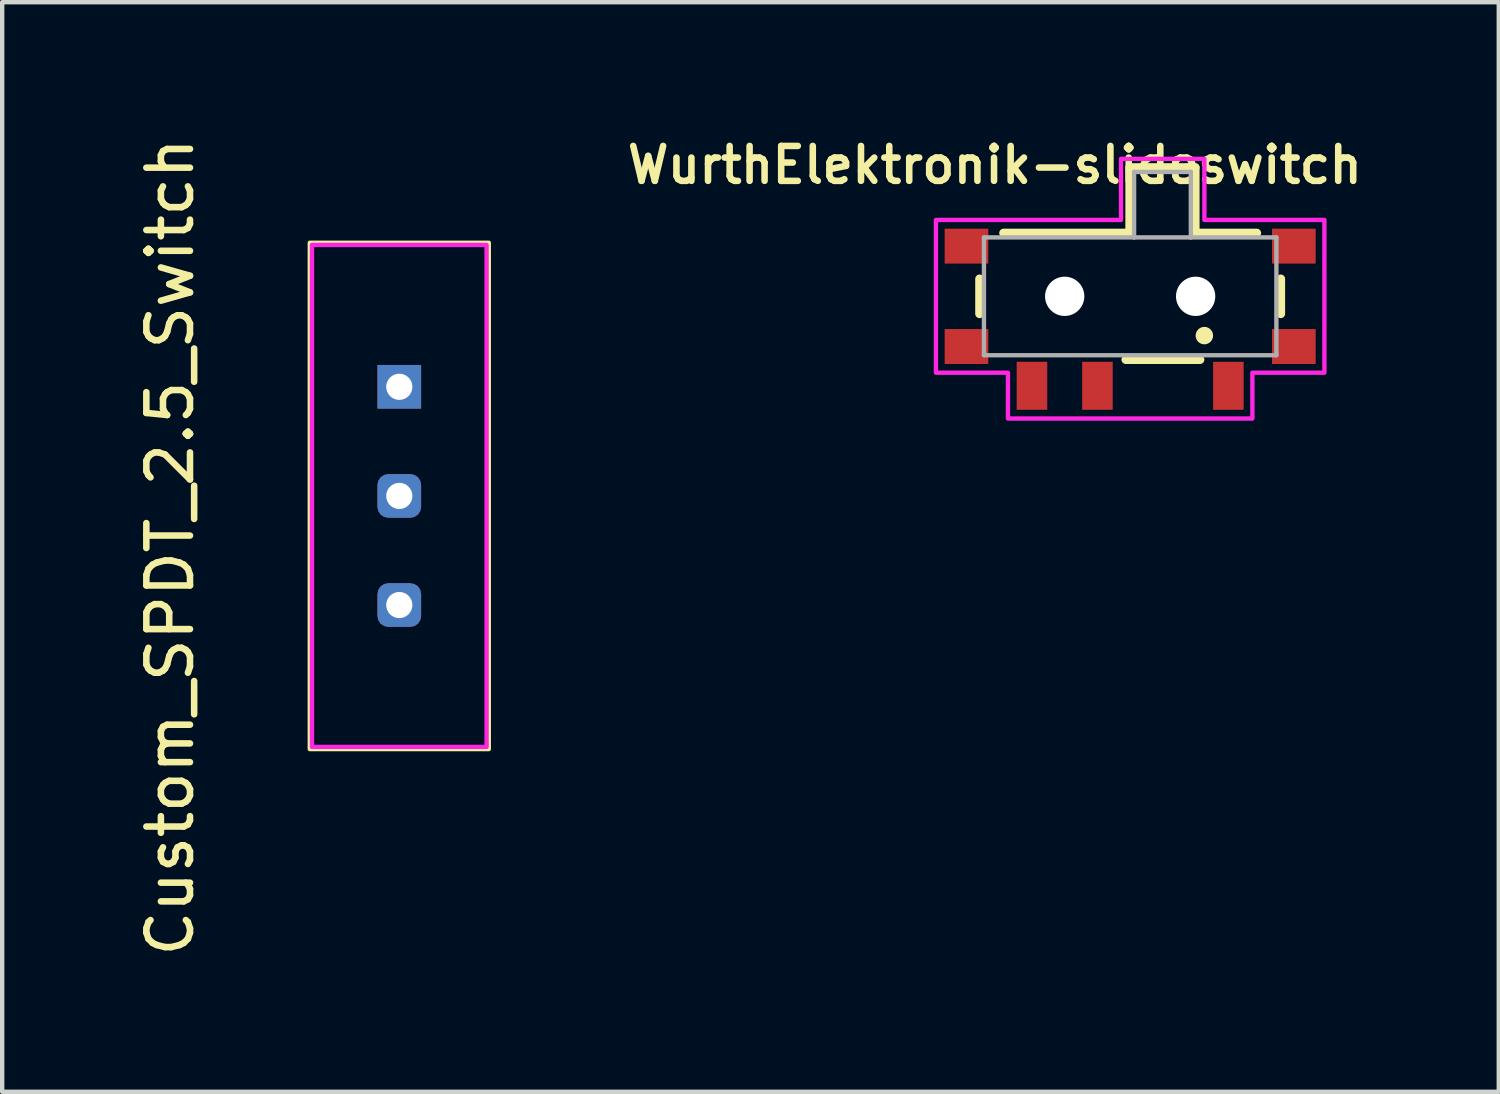
<source format=kicad_pcb>
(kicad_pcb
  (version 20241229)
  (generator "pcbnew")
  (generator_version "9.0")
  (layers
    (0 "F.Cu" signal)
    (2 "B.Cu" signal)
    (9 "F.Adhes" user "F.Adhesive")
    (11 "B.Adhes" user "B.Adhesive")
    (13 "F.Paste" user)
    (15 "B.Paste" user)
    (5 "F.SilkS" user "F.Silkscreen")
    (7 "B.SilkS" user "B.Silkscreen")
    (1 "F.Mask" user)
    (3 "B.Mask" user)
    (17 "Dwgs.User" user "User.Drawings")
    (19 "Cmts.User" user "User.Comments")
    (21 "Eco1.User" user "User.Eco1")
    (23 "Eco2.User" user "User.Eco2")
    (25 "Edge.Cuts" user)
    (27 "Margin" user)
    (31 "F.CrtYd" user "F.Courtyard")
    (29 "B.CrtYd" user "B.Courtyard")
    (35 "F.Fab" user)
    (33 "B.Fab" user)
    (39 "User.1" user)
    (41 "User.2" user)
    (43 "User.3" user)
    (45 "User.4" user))
  (footprint "WurthElektronik-slideswitch"
    (layer "F.Cu")
    (at 22.843 3.739)
    (property "Reference" "WurthElektronik-slideswitch" (at -3.1 -3.008 0) (layer "F.SilkS") (effects (font (size 0.8 0.8) (thickness 0.15))))
    (attr smd)
    (fp_line (start -3.45 -0.4) (end -3.45 0.4) (stroke (width 0.2) (type solid)) (layer "F.SilkS"))
    (fp_line (start -2.9 -1.45) (end -0.01 -1.45) (stroke (width 0.2) (type solid)) (layer "F.SilkS"))
    (fp_line (start -0.1 1.45) (end 1.6 1.45) (stroke (width 0.2) (type solid)) (layer "F.SilkS"))
    (fp_line (start -0.01 -2.95) (end 1.49 -2.95) (stroke (width 0.2) (type solid)) (layer "F.SilkS"))
    (fp_line (start -0.01 -1.45) (end -0.01 -2.95) (stroke (width 0.2) (type solid)) (layer "F.SilkS"))
    (fp_line (start 1.49 -2.95) (end 1.49 -1.45) (stroke (width 0.2) (type solid)) (layer "F.SilkS"))
    (fp_line (start 1.49 -1.45) (end 2.9 -1.45) (stroke (width 0.2) (type solid)) (layer "F.SilkS"))
    (fp_line (start 3.45 0.4) (end 3.45 -0.4) (stroke (width 0.2) (type solid)) (layer "F.SilkS"))
    (fp_circle (center 1.7 0.9) (end 1.8 0.9) (stroke (width 0.2) (type solid)) (fill no) (layer "F.SilkS"))
    (fp_poly (pts (xy -0.21 -3.15) (xy 1.7 -3.15) (xy 1.7 -1.75) (xy 4.45 -1.75) (xy 4.45 1.75) (xy 2.8 1.75) (xy 2.8 2.8) (xy -2.8 2.8) (xy -2.8 1.75) (xy -4.45 1.75) (xy -4.45 -1.75) (xy -0.21 -1.75)) (stroke (width 0.1) (type solid)) (fill no) (layer "F.CrtYd"))
    (fp_line (start -3.35 -1.35) (end 0.09 -1.35) (stroke (width 0.1) (type solid)) (layer "F.Fab"))
    (fp_line (start -3.35 1.35) (end -3.35 -1.35) (stroke (width 0.1) (type solid)) (layer "F.Fab"))
    (fp_line (start 0.09 -2.85) (end 1.39 -2.85) (stroke (width 0.1) (type solid)) (layer "F.Fab"))
    (fp_line (start 0.09 -1.35) (end 0.09 -2.85) (stroke (width 0.1) (type solid)) (layer "F.Fab"))
    (fp_line (start 0.09 -1.35) (end 1.39 -1.35) (stroke (width 0.1) (type solid)) (layer "F.Fab"))
    (fp_line (start 1.39 -2.85) (end 1.39 -1.35) (stroke (width 0.1) (type solid)) (layer "F.Fab"))
    (fp_line (start 1.39 -1.35) (end 3.35 -1.35) (stroke (width 0.1) (type solid)) (layer "F.Fab"))
    (fp_line (start 3.35 -1.35) (end 3.35 1.35) (stroke (width 0.1) (type solid)) (layer "F.Fab"))
    (fp_line (start 3.35 1.35) (end -3.35 1.35) (stroke (width 0.1) (type solid)) (layer "F.Fab"))
    (pad "" np_thru_hole circle (at -1.5 0) (size 0.9 0.9) (drill 0.9) (layers "*.Cu" "*.Mask"))
    (pad "" np_thru_hole circle (at 1.5 0) (size 0.9 0.9) (drill 0.9) (layers "*.Cu" "*.Mask"))
    (pad "1" smd rect (at 2.25 2.05) (size 0.7 1.1) (layers "F.Cu" "F.Mask" "F.Paste"))
    (pad "2" smd rect (at -0.75 2.05) (size 0.7 1.1) (layers "F.Cu" "F.Mask" "F.Paste"))
    (pad "3" smd rect (at -2.25 2.05) (size 0.7 1.1) (layers "F.Cu" "F.Mask" "F.Paste"))
    (pad "Z1" smd rect (at -3.75 -1.15) (size 1 0.8) (layers "F.Cu" "F.Mask" "F.Paste"))
    (pad "Z2" smd rect (at 3.75 -1.15) (size 1 0.8) (layers "F.Cu" "F.Mask" "F.Paste"))
    (pad "Z3" smd rect (at 3.75 1.15) (size 1 0.8) (layers "F.Cu" "F.Mask" "F.Paste"))
    (pad "Z4" smd rect (at -3.75 1.15) (size 1 0.8) (layers "F.Cu" "F.Mask" "F.Paste")))
  (footprint "Custom_SPDT_2.5_Switch"
    (layer "F.Cu")
    (at 6.098 8.312)
    (property "Reference" "Custom_SPDT_2.5_Switch" (at -5.25 1.17 90) (layer "F.SilkS") (effects (font (size 1 1) (thickness 0.15))))
    (attr through_hole)
    (fp_rect (start -2.05 -5.8) (end 2.05 5.8) (stroke (width 0.1) (type default)) (fill no) (layer "F.SilkS"))
    (fp_rect (start -2 -5.75) (end 2 5.75) (stroke (width 0.1) (type default)) (fill no) (layer "F.CrtYd"))
    (pad "1" thru_hole rect (at 0 -2.5) (size 1 1) (drill 0.6) (layers "*.Cu" "*.Mask"))
    (pad "2" thru_hole roundrect (at 0 0) (size 1 1) (drill 0.6) (layers "*.Cu" "*.Mask") (roundrect_rratio 0.25))
    (pad "3" thru_hole roundrect (at 0 2.5) (size 1 1) (drill 0.6) (layers "*.Cu" "*.Mask") (roundrect_rratio 0.25)))
  (gr_rect
    (start -3 -3)
    (end 31.288 21.964)
    (stroke (width 0.1) (type default))
    (fill no)
    (layer "Edge.Cuts")))
</source>
